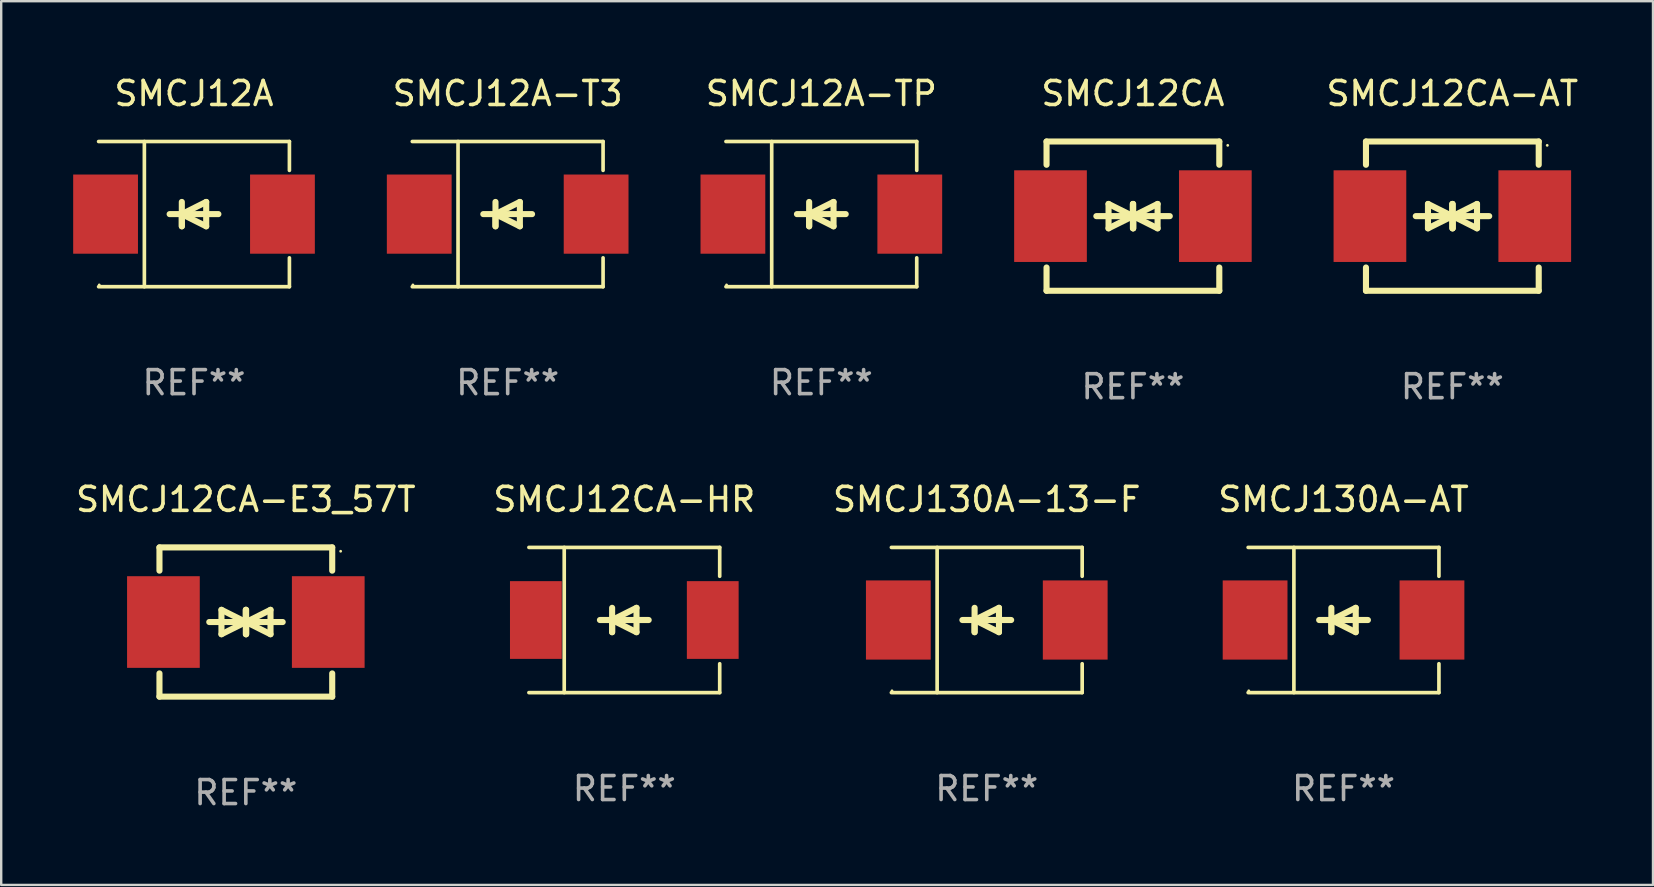
<source format=kicad_pcb>
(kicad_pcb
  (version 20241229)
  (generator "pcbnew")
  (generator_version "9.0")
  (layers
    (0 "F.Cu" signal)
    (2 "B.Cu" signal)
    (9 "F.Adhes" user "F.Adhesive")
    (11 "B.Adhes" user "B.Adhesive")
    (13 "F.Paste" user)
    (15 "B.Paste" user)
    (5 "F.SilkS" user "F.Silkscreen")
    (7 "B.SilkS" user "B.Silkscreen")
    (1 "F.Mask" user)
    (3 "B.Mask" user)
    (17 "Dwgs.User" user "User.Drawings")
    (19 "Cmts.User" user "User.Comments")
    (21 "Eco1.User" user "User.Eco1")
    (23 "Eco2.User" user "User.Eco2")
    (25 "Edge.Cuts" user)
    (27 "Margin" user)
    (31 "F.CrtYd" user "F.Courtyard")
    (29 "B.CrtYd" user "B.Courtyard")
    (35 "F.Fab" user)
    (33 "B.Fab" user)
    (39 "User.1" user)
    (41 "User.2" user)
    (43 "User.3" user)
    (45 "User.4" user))
  (footprint "SMCJ12A"
    (layer "F.Cu")
    (at 5.036 5.874)
    (property "Reference" "SMCJ12A" (at 0 -5.026 0) (layer "F.SilkS") (effects (font (size 1 1) (thickness 0.15))))
    (attr through_hole)
    (fp_line (start -3.976 -3.026) (end 3.976 -3.026) (stroke (width 0.152) (type solid)) (layer "F.SilkS"))
    (fp_line (start -3.976 3.026) (end 3.976 3.026) (stroke (width 0.152) (type solid)) (layer "F.SilkS"))
    (fp_line (start -2.069 -3.026) (end -2.069 3.026) (stroke (width 0.152) (type solid)) (layer "F.SilkS"))
    (fp_line (start -0.508 0) (end -0.508 0.508) (stroke (width 0.254) (type solid)) (layer "F.SilkS"))
    (fp_line (start -0.508 0) (end 0.508 0.508) (stroke (width 0.254) (type solid)) (layer "F.SilkS"))
    (fp_line (start -0.508 0.508) (end -0.508 -0.508) (stroke (width 0.254) (type solid)) (layer "F.SilkS"))
    (fp_line (start 0.508 -0.508) (end -0.508 0) (stroke (width 0.254) (type solid)) (layer "F.SilkS"))
    (fp_line (start 0.508 0.508) (end 0.508 -0.508) (stroke (width 0.254) (type solid)) (layer "F.SilkS"))
    (fp_line (start 1.016 0) (end -1.016 0) (stroke (width 0.254) (type solid)) (layer "F.SilkS"))
    (fp_line (start 3.976 -3.026) (end 3.976 -1.823) (stroke (width 0.152) (type solid)) (layer "F.SilkS"))
    (fp_line (start 3.976 3.026) (end 3.976 1.823) (stroke (width 0.152) (type solid)) (layer "F.SilkS"))
    (fp_circle (center -3.95 2.95) (end -3.92 2.95) (stroke (width 0.06) (type solid)) (fill no) (layer "F.SilkS"))
    (fp_text user "REF**" (at 0 7.026 0) (layer "F.Fab") (effects (font (size 1 1) (thickness 0.15))))
    (pad "1" smd rect (at -3.686 0) (size 2.7 3.3) (layers "F.Cu" "F.Mask" "F.Paste"))
    (pad "2" smd rect (at 3.686 0) (size 2.7 3.3) (layers "F.Cu" "F.Mask" "F.Paste")))
  (footprint "SMCJ130A-13-F"
    (layer "F.Cu")
    (at 38.077 22.791)
    (property "Reference" "SMCJ130A-13-F" (at 0 -5.026 0) (layer "F.SilkS") (effects (font (size 1 1) (thickness 0.15))))
    (attr through_hole)
    (fp_line (start -3.976 -3.026) (end 3.976 -3.026) (stroke (width 0.152) (type solid)) (layer "F.SilkS"))
    (fp_line (start -3.976 3.026) (end 3.976 3.026) (stroke (width 0.152) (type solid)) (layer "F.SilkS"))
    (fp_line (start -2.069 -3.026) (end -2.069 3.026) (stroke (width 0.152) (type solid)) (layer "F.SilkS"))
    (fp_line (start -0.508 0) (end -0.508 0.508) (stroke (width 0.254) (type solid)) (layer "F.SilkS"))
    (fp_line (start -0.508 0) (end 0.508 0.508) (stroke (width 0.254) (type solid)) (layer "F.SilkS"))
    (fp_line (start -0.508 0.508) (end -0.508 -0.508) (stroke (width 0.254) (type solid)) (layer "F.SilkS"))
    (fp_line (start 0.508 -0.508) (end -0.508 0) (stroke (width 0.254) (type solid)) (layer "F.SilkS"))
    (fp_line (start 0.508 0.508) (end 0.508 -0.508) (stroke (width 0.254) (type solid)) (layer "F.SilkS"))
    (fp_line (start 1.016 0) (end -1.016 0) (stroke (width 0.254) (type solid)) (layer "F.SilkS"))
    (fp_line (start 3.976 -3.026) (end 3.976 -1.823) (stroke (width 0.152) (type solid)) (layer "F.SilkS"))
    (fp_line (start 3.976 3.026) (end 3.976 1.823) (stroke (width 0.152) (type solid)) (layer "F.SilkS"))
    (fp_circle (center -3.95 2.95) (end -3.92 2.95) (stroke (width 0.06) (type solid)) (fill no) (layer "F.SilkS"))
    (fp_text user "REF**" (at 0 7.026 0) (layer "F.Fab") (effects (font (size 1 1) (thickness 0.15))))
    (pad "1" smd rect (at -3.686 0) (size 2.7 3.3) (layers "F.Cu" "F.Mask" "F.Paste"))
    (pad "2" smd rect (at 3.686 0) (size 2.7 3.3) (layers "F.Cu" "F.Mask" "F.Paste")))
  (footprint "SMCJ12CA-AT"
    (layer "F.Cu")
    (at 57.481 5.958)
    (property "Reference" "SMCJ12CA-AT" (at 0 -5.11 0) (layer "F.SilkS") (effects (font (size 1 1) (thickness 0.15))))
    (attr through_hole)
    (fp_line (start -3.6 -2.141) (end -3.6 -3.11) (stroke (width 0.254) (type solid)) (layer "F.SilkS"))
    (fp_line (start -3.6 3.11) (end -3.6 2.141) (stroke (width 0.254) (type solid)) (layer "F.SilkS"))
    (fp_line (start -1.524 0) (end 0.508 0) (stroke (width 0.254) (type solid)) (layer "F.SilkS"))
    (fp_line (start -1.016 -0.508) (end -1.016 0.508) (stroke (width 0.254) (type solid)) (layer "F.SilkS"))
    (fp_line (start -1.016 0.508) (end 0 0) (stroke (width 0.254) (type solid)) (layer "F.SilkS"))
    (fp_line (start 0 -0.508) (end 0 0.508) (stroke (width 0.254) (type solid)) (layer "F.SilkS"))
    (fp_line (start 0 0) (end -1.016 -0.508) (stroke (width 0.254) (type solid)) (layer "F.SilkS"))
    (fp_line (start 0 0) (end 0 -0.508) (stroke (width 0.254) (type solid)) (layer "F.SilkS"))
    (fp_line (start 0.012 0) (end 0.012 0.508) (stroke (width 0.254) (type solid)) (layer "F.SilkS"))
    (fp_line (start 0.012 0) (end 1.028 0.508) (stroke (width 0.254) (type solid)) (layer "F.SilkS"))
    (fp_line (start 0.012 0.508) (end 0.012 -0.508) (stroke (width 0.254) (type solid)) (layer "F.SilkS"))
    (fp_line (start 1.028 -0.508) (end 0.012 0) (stroke (width 0.254) (type solid)) (layer "F.SilkS"))
    (fp_line (start 1.028 0.508) (end 1.028 -0.508) (stroke (width 0.254) (type solid)) (layer "F.SilkS"))
    (fp_line (start 1.536 0) (end -0.496 0) (stroke (width 0.254) (type solid)) (layer "F.SilkS"))
    (fp_line (start 3.6 -3.11) (end -3.6 -3.11) (stroke (width 0.254) (type solid)) (layer "F.SilkS"))
    (fp_line (start 3.6 -2.141) (end 3.6 -3.11) (stroke (width 0.254) (type solid)) (layer "F.SilkS"))
    (fp_line (start 3.6 3.11) (end -3.6 3.11) (stroke (width 0.254) (type solid)) (layer "F.SilkS"))
    (fp_line (start 3.6 3.11) (end 3.6 2.141) (stroke (width 0.254) (type solid)) (layer "F.SilkS"))
    (fp_circle (center 3.952 -2.95) (end 3.982 -2.95) (stroke (width 0.06) (type solid)) (fill no) (layer "F.SilkS"))
    (fp_text user "REF**" (at 0 7.11 0) (layer "F.Fab") (effects (font (size 1 1) (thickness 0.15))))
    (pad "1" smd rect (at 3.435 0) (size 3.03 3.82) (layers "F.Cu" "F.Mask" "F.Paste"))
    (pad "2" smd rect (at -3.435 0) (size 3.03 3.82) (layers "F.Cu" "F.Mask" "F.Paste")))
  (footprint "SMCJ130A-AT"
    (layer "F.Cu")
    (at 52.946 22.791)
    (property "Reference" "SMCJ130A-AT" (at 0 -5.026 0) (layer "F.SilkS") (effects (font (size 1 1) (thickness 0.15))))
    (attr through_hole)
    (fp_line (start -3.976 -3.026) (end 3.976 -3.026) (stroke (width 0.152) (type solid)) (layer "F.SilkS"))
    (fp_line (start -3.976 3.026) (end 3.976 3.026) (stroke (width 0.152) (type solid)) (layer "F.SilkS"))
    (fp_line (start -2.069 -3.026) (end -2.069 3.026) (stroke (width 0.152) (type solid)) (layer "F.SilkS"))
    (fp_line (start -0.508 0) (end -0.508 0.508) (stroke (width 0.254) (type solid)) (layer "F.SilkS"))
    (fp_line (start -0.508 0) (end 0.508 0.508) (stroke (width 0.254) (type solid)) (layer "F.SilkS"))
    (fp_line (start -0.508 0.508) (end -0.508 -0.508) (stroke (width 0.254) (type solid)) (layer "F.SilkS"))
    (fp_line (start 0.508 -0.508) (end -0.508 0) (stroke (width 0.254) (type solid)) (layer "F.SilkS"))
    (fp_line (start 0.508 0.508) (end 0.508 -0.508) (stroke (width 0.254) (type solid)) (layer "F.SilkS"))
    (fp_line (start 1.016 0) (end -1.016 0) (stroke (width 0.254) (type solid)) (layer "F.SilkS"))
    (fp_line (start 3.976 -3.026) (end 3.976 -1.823) (stroke (width 0.152) (type solid)) (layer "F.SilkS"))
    (fp_line (start 3.976 3.026) (end 3.976 1.823) (stroke (width 0.152) (type solid)) (layer "F.SilkS"))
    (fp_circle (center -3.95 2.95) (end -3.92 2.95) (stroke (width 0.06) (type solid)) (fill no) (layer "F.SilkS"))
    (fp_text user "REF**" (at 0 7.026 0) (layer "F.Fab") (effects (font (size 1 1) (thickness 0.15))))
    (pad "1" smd rect (at -3.686 0) (size 2.7 3.3) (layers "F.Cu" "F.Mask" "F.Paste"))
    (pad "2" smd rect (at 3.686 0) (size 2.7 3.3) (layers "F.Cu" "F.Mask" "F.Paste")))
  (footprint "SMCJ12A-T3"
    (layer "F.Cu")
    (at 18.109 5.874)
    (property "Reference" "SMCJ12A-T3" (at 0 -5.026 0) (layer "F.SilkS") (effects (font (size 1 1) (thickness 0.15))))
    (attr through_hole)
    (fp_line (start -3.976 -3.026) (end 3.976 -3.026) (stroke (width 0.152) (type solid)) (layer "F.SilkS"))
    (fp_line (start -3.976 3.026) (end 3.976 3.026) (stroke (width 0.152) (type solid)) (layer "F.SilkS"))
    (fp_line (start -2.069 -3.026) (end -2.069 3.026) (stroke (width 0.152) (type solid)) (layer "F.SilkS"))
    (fp_line (start -0.508 0) (end -0.508 0.508) (stroke (width 0.254) (type solid)) (layer "F.SilkS"))
    (fp_line (start -0.508 0) (end 0.508 0.508) (stroke (width 0.254) (type solid)) (layer "F.SilkS"))
    (fp_line (start -0.508 0.508) (end -0.508 -0.508) (stroke (width 0.254) (type solid)) (layer "F.SilkS"))
    (fp_line (start 0.508 -0.508) (end -0.508 0) (stroke (width 0.254) (type solid)) (layer "F.SilkS"))
    (fp_line (start 0.508 0.508) (end 0.508 -0.508) (stroke (width 0.254) (type solid)) (layer "F.SilkS"))
    (fp_line (start 1.016 0) (end -1.016 0) (stroke (width 0.254) (type solid)) (layer "F.SilkS"))
    (fp_line (start 3.976 -3.026) (end 3.976 -1.823) (stroke (width 0.152) (type solid)) (layer "F.SilkS"))
    (fp_line (start 3.976 3.026) (end 3.976 1.823) (stroke (width 0.152) (type solid)) (layer "F.SilkS"))
    (fp_circle (center -3.95 2.95) (end -3.92 2.95) (stroke (width 0.06) (type solid)) (fill no) (layer "F.SilkS"))
    (fp_text user "REF**" (at 0 7.026 0) (layer "F.Fab") (effects (font (size 1 1) (thickness 0.15))))
    (pad "1" smd rect (at -3.686 0) (size 2.7 3.3) (layers "F.Cu" "F.Mask" "F.Paste"))
    (pad "2" smd rect (at 3.686 0) (size 2.7 3.3) (layers "F.Cu" "F.Mask" "F.Paste")))
  (footprint "SMCJ12CA-HR"
    (layer "F.Cu")
    (at 22.97 22.791)
    (property "Reference" "SMCJ12CA-HR" (at 0 -5.026 0) (layer "F.SilkS") (effects (font (size 1 1) (thickness 0.15))))
    (attr through_hole)
    (fp_line (start -3.976 -3.026) (end 3.976 -3.026) (stroke (width 0.152) (type solid)) (layer "F.SilkS"))
    (fp_line (start -3.976 3.026) (end 3.976 3.026) (stroke (width 0.152) (type solid)) (layer "F.SilkS"))
    (fp_line (start -2.504 -3.026) (end -2.504 3.026) (stroke (width 0.152) (type solid)) (layer "F.SilkS"))
    (fp_line (start -0.508 0) (end -0.508 0.508) (stroke (width 0.254) (type solid)) (layer "F.SilkS"))
    (fp_line (start -0.508 0) (end 0.508 0.508) (stroke (width 0.254) (type solid)) (layer "F.SilkS"))
    (fp_line (start -0.508 0.508) (end -0.508 -0.508) (stroke (width 0.254) (type solid)) (layer "F.SilkS"))
    (fp_line (start 0.508 -0.508) (end -0.508 0) (stroke (width 0.254) (type solid)) (layer "F.SilkS"))
    (fp_line (start 0.508 0.508) (end 0.508 -0.508) (stroke (width 0.254) (type solid)) (layer "F.SilkS"))
    (fp_line (start 1.016 0) (end -1.016 0) (stroke (width 0.254) (type solid)) (layer "F.SilkS"))
    (fp_line (start 3.976 -3.026) (end 3.976 -1.823) (stroke (width 0.152) (type solid)) (layer "F.SilkS"))
    (fp_line (start 3.976 3.026) (end 3.976 1.823) (stroke (width 0.152) (type solid)) (layer "F.SilkS"))
    (fp_circle (center 3.95 -2.95) (end 3.98 -2.95) (stroke (width 0.06) (type solid)) (fill no) (layer "F.SilkS"))
    (fp_text user "REF**" (at 0 7.026 0) (layer "F.Fab") (effects (font (size 1 1) (thickness 0.15))))
    (pad "1" smd rect (at 3.686 0 180) (size 2.158 3.24) (layers "F.Cu" "F.Mask" "F.Paste"))
    (pad "2" smd rect (at -3.686 0 180) (size 2.158 3.24) (layers "F.Cu" "F.Mask" "F.Paste")))
  (footprint "SMCJ12CA"
    (layer "F.Cu")
    (at 44.168 5.958)
    (property "Reference" "SMCJ12CA" (at 0 -5.11 0) (layer "F.SilkS") (effects (font (size 1 1) (thickness 0.15))))
    (attr through_hole)
    (fp_line (start -3.6 -2.141) (end -3.6 -3.11) (stroke (width 0.254) (type solid)) (layer "F.SilkS"))
    (fp_line (start -3.6 3.11) (end -3.6 2.141) (stroke (width 0.254) (type solid)) (layer "F.SilkS"))
    (fp_line (start -1.524 0) (end 0.508 0) (stroke (width 0.254) (type solid)) (layer "F.SilkS"))
    (fp_line (start -1.016 -0.508) (end -1.016 0.508) (stroke (width 0.254) (type solid)) (layer "F.SilkS"))
    (fp_line (start -1.016 0.508) (end 0 0) (stroke (width 0.254) (type solid)) (layer "F.SilkS"))
    (fp_line (start 0 -0.508) (end 0 0.508) (stroke (width 0.254) (type solid)) (layer "F.SilkS"))
    (fp_line (start 0 0) (end -1.016 -0.508) (stroke (width 0.254) (type solid)) (layer "F.SilkS"))
    (fp_line (start 0 0) (end 0 -0.508) (stroke (width 0.254) (type solid)) (layer "F.SilkS"))
    (fp_line (start 0.012 0) (end 0.012 0.508) (stroke (width 0.254) (type solid)) (layer "F.SilkS"))
    (fp_line (start 0.012 0) (end 1.028 0.508) (stroke (width 0.254) (type solid)) (layer "F.SilkS"))
    (fp_line (start 0.012 0.508) (end 0.012 -0.508) (stroke (width 0.254) (type solid)) (layer "F.SilkS"))
    (fp_line (start 1.028 -0.508) (end 0.012 0) (stroke (width 0.254) (type solid)) (layer "F.SilkS"))
    (fp_line (start 1.028 0.508) (end 1.028 -0.508) (stroke (width 0.254) (type solid)) (layer "F.SilkS"))
    (fp_line (start 1.536 0) (end -0.496 0) (stroke (width 0.254) (type solid)) (layer "F.SilkS"))
    (fp_line (start 3.6 -3.11) (end -3.6 -3.11) (stroke (width 0.254) (type solid)) (layer "F.SilkS"))
    (fp_line (start 3.6 -2.141) (end 3.6 -3.11) (stroke (width 0.254) (type solid)) (layer "F.SilkS"))
    (fp_line (start 3.6 3.11) (end -3.6 3.11) (stroke (width 0.254) (type solid)) (layer "F.SilkS"))
    (fp_line (start 3.6 3.11) (end 3.6 2.141) (stroke (width 0.254) (type solid)) (layer "F.SilkS"))
    (fp_circle (center 3.952 -2.95) (end 3.982 -2.95) (stroke (width 0.06) (type solid)) (fill no) (layer "F.SilkS"))
    (fp_text user "REF**" (at 0 7.11 0) (layer "F.Fab") (effects (font (size 1 1) (thickness 0.15))))
    (pad "1" smd rect (at 3.435 0) (size 3.03 3.82) (layers "F.Cu" "F.Mask" "F.Paste"))
    (pad "2" smd rect (at -3.435 0) (size 3.03 3.82) (layers "F.Cu" "F.Mask" "F.Paste")))
  (footprint "SMCJ12A-TP"
    (layer "F.Cu")
    (at 31.182 5.874)
    (property "Reference" "SMCJ12A-TP" (at 0 -5.026 0) (layer "F.SilkS") (effects (font (size 1 1) (thickness 0.15))))
    (attr through_hole)
    (fp_line (start -3.976 -3.026) (end 3.976 -3.026) (stroke (width 0.152) (type solid)) (layer "F.SilkS"))
    (fp_line (start -3.976 3.026) (end 3.976 3.026) (stroke (width 0.152) (type solid)) (layer "F.SilkS"))
    (fp_line (start -2.069 -3.026) (end -2.069 3.026) (stroke (width 0.152) (type solid)) (layer "F.SilkS"))
    (fp_line (start -0.508 0) (end -0.508 0.508) (stroke (width 0.254) (type solid)) (layer "F.SilkS"))
    (fp_line (start -0.508 0) (end 0.508 0.508) (stroke (width 0.254) (type solid)) (layer "F.SilkS"))
    (fp_line (start -0.508 0.508) (end -0.508 -0.508) (stroke (width 0.254) (type solid)) (layer "F.SilkS"))
    (fp_line (start 0.508 -0.508) (end -0.508 0) (stroke (width 0.254) (type solid)) (layer "F.SilkS"))
    (fp_line (start 0.508 0.508) (end 0.508 -0.508) (stroke (width 0.254) (type solid)) (layer "F.SilkS"))
    (fp_line (start 1.016 0) (end -1.016 0) (stroke (width 0.254) (type solid)) (layer "F.SilkS"))
    (fp_line (start 3.976 -3.026) (end 3.976 -1.823) (stroke (width 0.152) (type solid)) (layer "F.SilkS"))
    (fp_line (start 3.976 3.026) (end 3.976 1.823) (stroke (width 0.152) (type solid)) (layer "F.SilkS"))
    (fp_circle (center -3.95 2.95) (end -3.92 2.95) (stroke (width 0.06) (type solid)) (fill no) (layer "F.SilkS"))
    (fp_text user "REF**" (at 0 7.026 0) (layer "F.Fab") (effects (font (size 1 1) (thickness 0.15))))
    (pad "1" smd rect (at -3.686 0) (size 2.7 3.3) (layers "F.Cu" "F.Mask" "F.Paste"))
    (pad "2" smd rect (at 3.686 0) (size 2.7 3.3) (layers "F.Cu" "F.Mask" "F.Paste")))
  (footprint "SMCJ12CA-E3_57T"
    (layer "F.Cu")
    (at 7.196 22.875)
    (property "Reference" "SMCJ12CA-E3_57T" (at 0 -5.11 0) (layer "F.SilkS") (effects (font (size 1 1) (thickness 0.15))))
    (attr through_hole)
    (fp_line (start -3.6 -2.141) (end -3.6 -3.11) (stroke (width 0.254) (type solid)) (layer "F.SilkS"))
    (fp_line (start -3.6 3.11) (end -3.6 2.141) (stroke (width 0.254) (type solid)) (layer "F.SilkS"))
    (fp_line (start -1.524 0) (end 0.508 0) (stroke (width 0.254) (type solid)) (layer "F.SilkS"))
    (fp_line (start -1.016 -0.508) (end -1.016 0.508) (stroke (width 0.254) (type solid)) (layer "F.SilkS"))
    (fp_line (start -1.016 0.508) (end 0 0) (stroke (width 0.254) (type solid)) (layer "F.SilkS"))
    (fp_line (start 0 -0.508) (end 0 0.508) (stroke (width 0.254) (type solid)) (layer "F.SilkS"))
    (fp_line (start 0 0) (end -1.016 -0.508) (stroke (width 0.254) (type solid)) (layer "F.SilkS"))
    (fp_line (start 0 0) (end 0 -0.508) (stroke (width 0.254) (type solid)) (layer "F.SilkS"))
    (fp_line (start 0.012 0) (end 0.012 0.508) (stroke (width 0.254) (type solid)) (layer "F.SilkS"))
    (fp_line (start 0.012 0) (end 1.028 0.508) (stroke (width 0.254) (type solid)) (layer "F.SilkS"))
    (fp_line (start 0.012 0.508) (end 0.012 -0.508) (stroke (width 0.254) (type solid)) (layer "F.SilkS"))
    (fp_line (start 1.028 -0.508) (end 0.012 0) (stroke (width 0.254) (type solid)) (layer "F.SilkS"))
    (fp_line (start 1.028 0.508) (end 1.028 -0.508) (stroke (width 0.254) (type solid)) (layer "F.SilkS"))
    (fp_line (start 1.536 0) (end -0.496 0) (stroke (width 0.254) (type solid)) (layer "F.SilkS"))
    (fp_line (start 3.6 -3.11) (end -3.6 -3.11) (stroke (width 0.254) (type solid)) (layer "F.SilkS"))
    (fp_line (start 3.6 -2.141) (end 3.6 -3.11) (stroke (width 0.254) (type solid)) (layer "F.SilkS"))
    (fp_line (start 3.6 3.11) (end -3.6 3.11) (stroke (width 0.254) (type solid)) (layer "F.SilkS"))
    (fp_line (start 3.6 3.11) (end 3.6 2.141) (stroke (width 0.254) (type solid)) (layer "F.SilkS"))
    (fp_circle (center 3.952 -2.95) (end 3.982 -2.95) (stroke (width 0.06) (type solid)) (fill no) (layer "F.SilkS"))
    (fp_text user "REF**" (at 0 7.11 0) (layer "F.Fab") (effects (font (size 1 1) (thickness 0.15))))
    (pad "1" smd rect (at 3.435 0) (size 3.03 3.82) (layers "F.Cu" "F.Mask" "F.Paste"))
    (pad "2" smd rect (at -3.435 0) (size 3.03 3.82) (layers "F.Cu" "F.Mask" "F.Paste")))
  (gr_rect
    (start -3 -3)
    (end 65.844 33.833)
    (stroke (width 0.1) (type default))
    (fill no)
    (layer "Edge.Cuts")))
</source>
